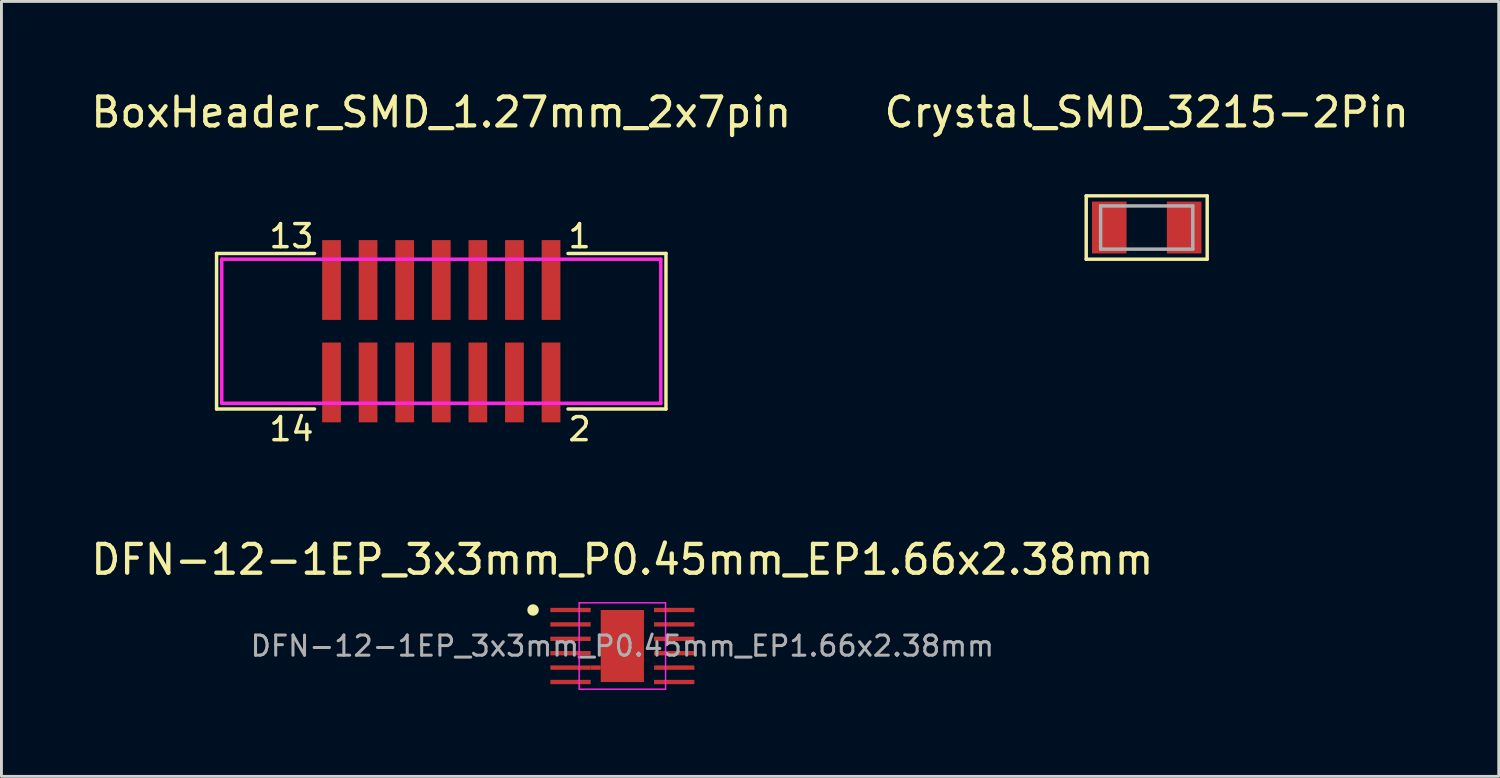
<source format=kicad_pcb>
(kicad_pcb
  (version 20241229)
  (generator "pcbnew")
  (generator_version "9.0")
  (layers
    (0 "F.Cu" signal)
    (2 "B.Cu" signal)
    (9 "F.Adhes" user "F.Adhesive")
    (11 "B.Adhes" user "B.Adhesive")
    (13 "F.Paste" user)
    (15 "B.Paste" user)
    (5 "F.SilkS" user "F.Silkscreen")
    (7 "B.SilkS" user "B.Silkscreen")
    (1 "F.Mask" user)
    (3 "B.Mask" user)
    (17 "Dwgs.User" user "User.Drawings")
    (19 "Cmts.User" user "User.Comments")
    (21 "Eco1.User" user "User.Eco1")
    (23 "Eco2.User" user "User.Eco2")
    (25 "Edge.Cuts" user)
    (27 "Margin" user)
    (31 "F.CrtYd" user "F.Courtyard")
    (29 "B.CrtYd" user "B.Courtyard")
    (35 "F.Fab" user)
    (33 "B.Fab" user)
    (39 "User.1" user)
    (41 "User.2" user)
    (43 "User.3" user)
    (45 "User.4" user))
  (footprint "BoxHeader_SMD_1.27mm_2x7pin"
    (layer "F.Cu")
    (at 12.268 8.448)
    (property "Reference" "BoxHeader_SMD_1.27mm_2x7pin" (at 0 -7.6 0) (layer "F.SilkS") (effects (font (size 1 1) (thickness 0.15))))
    (attr through_hole)
    (fp_line (start -7.8 -2.7) (end -7.8 2.7) (stroke (width 0.12) (type solid)) (layer "F.SilkS"))
    (fp_line (start -7.8 2.7) (end -4.4 2.7) (stroke (width 0.12) (type solid)) (layer "F.SilkS"))
    (fp_line (start -4.4 -2.7) (end -7.8 -2.7) (stroke (width 0.12) (type solid)) (layer "F.SilkS"))
    (fp_line (start 7.8 -2.7) (end 4.4 -2.7) (stroke (width 0.12) (type solid)) (layer "F.SilkS"))
    (fp_line (start 7.8 -2.7) (end 7.8 2.7) (stroke (width 0.12) (type solid)) (layer "F.SilkS"))
    (fp_line (start 7.8 2.7) (end 4.4 2.7) (stroke (width 0.12) (type solid)) (layer "F.SilkS"))
    (fp_line (start -7.62 -2.5) (end 7.62 -2.5) (stroke (width 0.12) (type solid)) (layer "F.CrtYd"))
    (fp_line (start -7.62 2.5) (end -7.62 -2.5) (stroke (width 0.12) (type solid)) (layer "F.CrtYd"))
    (fp_line (start 7.62 -2.5) (end 7.62 2.5) (stroke (width 0.12) (type solid)) (layer "F.CrtYd"))
    (fp_line (start 7.62 2.5) (end -7.62 2.5) (stroke (width 0.12) (type solid)) (layer "F.CrtYd"))
    (fp_text user "14" (at -5.2 3.4 0) (layer "F.SilkS") (effects (font (size 0.8 0.8) (thickness 0.12))))
    (fp_text user "13" (at -5.2 -3.3 0) (layer "F.SilkS") (effects (font (size 0.8 0.8) (thickness 0.12))))
    (fp_text user "1" (at 4.8 -3.3 0) (layer "F.SilkS") (effects (font (size 0.8 0.8) (thickness 0.12))))
    (fp_text user "2" (at 4.8 3.4 0) (layer "F.SilkS") (effects (font (size 0.8 0.8) (thickness 0.12))))
    (pad "1" smd rect (at 3.81 -1.778) (size 0.65 2.77) (layers "F.Cu" "F.Mask" "F.Paste"))
    (pad "2" smd rect (at 3.81 1.778) (size 0.65 2.77) (layers "F.Cu" "F.Mask" "F.Paste"))
    (pad "3" smd rect (at 2.54 -1.778) (size 0.65 2.77) (layers "F.Cu" "F.Mask" "F.Paste"))
    (pad "4" smd rect (at 2.54 1.778) (size 0.65 2.77) (layers "F.Cu" "F.Mask" "F.Paste"))
    (pad "5" smd rect (at 1.27 -1.778) (size 0.65 2.77) (layers "F.Cu" "F.Mask" "F.Paste"))
    (pad "6" smd rect (at 1.27 1.778) (size 0.65 2.77) (layers "F.Cu" "F.Mask" "F.Paste"))
    (pad "7" smd rect (at 0 -1.778) (size 0.65 2.77) (layers "F.Cu" "F.Mask" "F.Paste"))
    (pad "8" smd rect (at 0 1.778) (size 0.65 2.77) (layers "F.Cu" "F.Mask" "F.Paste"))
    (pad "9" smd rect (at -1.27 -1.778) (size 0.65 2.77) (layers "F.Cu" "F.Mask" "F.Paste"))
    (pad "10" smd rect (at -1.27 1.778) (size 0.65 2.77) (layers "F.Cu" "F.Mask" "F.Paste"))
    (pad "11" smd rect (at -2.54 -1.778) (size 0.65 2.77) (layers "F.Cu" "F.Mask" "F.Paste"))
    (pad "12" smd rect (at -2.54 1.778) (size 0.65 2.77) (layers "F.Cu" "F.Mask" "F.Paste"))
    (pad "13" smd rect (at -3.81 -1.778) (size 0.65 2.77) (layers "F.Cu" "F.Mask" "F.Paste"))
    (pad "14" smd rect (at -3.81 1.778) (size 0.65 2.77) (layers "F.Cu" "F.Mask" "F.Paste")))
  (footprint "Crystal_SMD_3215-2Pin"
    (layer "F.Cu")
    (at 36.756 4.848)
    (property "Reference" "Crystal_SMD_3215-2Pin" (at 0 -4 0) (layer "F.SilkS") (effects (font (size 1 1) (thickness 0.15))))
    (attr through_hole)
    (fp_line (start -2.1 -1.1) (end 2.1 -1.1) (stroke (width 0.12) (type solid)) (layer "F.SilkS"))
    (fp_line (start -2.1 1.1) (end -2.1 -1.1) (stroke (width 0.12) (type solid)) (layer "F.SilkS"))
    (fp_line (start 2.1 -1.1) (end 2.1 1.1) (stroke (width 0.12) (type solid)) (layer "F.SilkS"))
    (fp_line (start 2.1 1.1) (end -2.1 1.1) (stroke (width 0.12) (type solid)) (layer "F.SilkS"))
    (fp_line (start -1.6 -0.75) (end 1.6 -0.75) (stroke (width 0.12) (type solid)) (layer "F.Fab"))
    (fp_line (start -1.6 0.75) (end -1.6 -0.75) (stroke (width 0.12) (type solid)) (layer "F.Fab"))
    (fp_line (start 1.6 -0.75) (end 1.6 0.75) (stroke (width 0.12) (type solid)) (layer "F.Fab"))
    (fp_line (start 1.6 0.75) (end -1.6 0.75) (stroke (width 0.12) (type solid)) (layer "F.Fab"))
    (pad "1" smd rect (at -1.3 0) (size 1.2 1.8) (layers "F.Cu" "F.Mask" "F.Paste"))
    (pad "2" smd rect (at 1.3 0) (size 1.2 1.8) (layers "F.Cu" "F.Mask" "F.Paste")))
  (footprint "DFN-12-1EP_3x3mm_P0.45mm_EP1.66x2.38mm"
    (layer "F.Cu")
    (at 18.554 19.375)
    (property "Reference" "DFN-12-1EP_3x3mm_P0.45mm_EP1.66x2.38mm" (at 0 -3 0) (layer "F.SilkS") (effects (font (size 1 1) (thickness 0.15))))
    (attr smd)
    (fp_circle (center -3.1 -1.25) (end -3 -1.25) (stroke (width 0.2) (type solid)) (fill no) (layer "F.SilkS"))
    (fp_line (start -1.5 -1.5) (end -1.5 1.5) (stroke (width 0.05) (type solid)) (layer "F.CrtYd"))
    (fp_line (start -1.5 -1.5) (end 1.5 -1.5) (stroke (width 0.05) (type solid)) (layer "F.CrtYd"))
    (fp_line (start -1.5 1.5) (end 1.5 1.5) (stroke (width 0.05) (type solid)) (layer "F.CrtYd"))
    (fp_line (start 1.5 -1.5) (end 1.5 1.5) (stroke (width 0.05) (type solid)) (layer "F.CrtYd"))
    (fp_text user "${REFERENCE}" (at 0 0 0) (layer "F.Fab") (effects (font (size 0.7 0.7) (thickness 0.105))))
    (pad "1" smd rect (at -1.8 -1.25) (size 1.4 0.15) (layers "F.Cu" "F.Mask" "F.Paste"))
    (pad "2" smd rect (at -1.8 -0.75) (size 1.4 0.15) (layers "F.Cu" "F.Mask" "F.Paste"))
    (pad "3" smd rect (at -1.8 -0.25) (size 1.4 0.15) (layers "F.Cu" "F.Mask" "F.Paste"))
    (pad "4" smd rect (at -1.8 0.25) (size 1.4 0.15) (layers "F.Cu" "F.Mask" "F.Paste"))
    (pad "5" smd rect (at -1.8 0.75) (size 1.4 0.15) (layers "F.Cu" "F.Mask" "F.Paste"))
    (pad "6" smd rect (at -1.8 1.25) (size 1.4 0.15) (layers "F.Cu" "F.Mask" "F.Paste"))
    (pad "7" smd rect (at 1.8 1.25) (size 1.4 0.15) (layers "F.Cu" "F.Mask" "F.Paste"))
    (pad "8" smd rect (at 1.8 0.75) (size 1.4 0.15) (layers "F.Cu" "F.Mask" "F.Paste"))
    (pad "9" smd rect (at 1.8 0.25) (size 1.4 0.15) (layers "F.Cu" "F.Mask" "F.Paste"))
    (pad "10" smd rect (at 1.8 -0.25) (size 1.4 0.15) (layers "F.Cu" "F.Mask" "F.Paste"))
    (pad "11" smd rect (at 1.8 -0.75) (size 1.4 0.15) (layers "F.Cu" "F.Mask" "F.Paste"))
    (pad "12" smd rect (at 1.8 -1.25) (size 1.4 0.15) (layers "F.Cu" "F.Mask" "F.Paste"))
    (pad "13" smd rect (at -0.925 0.75) (size 0.35 0.15) (layers "F.Cu" "F.Mask" "F.Paste"))
    (pad "13" smd rect (at 0 0) (size 1.5 2.5) (layers "F.Cu" "F.Mask" "F.Paste")))
  (gr_rect
    (start -3 -3)
    (end 48.976 23.9)
    (stroke (width 0.1) (type default))
    (fill no)
    (layer "Edge.Cuts")))
</source>
